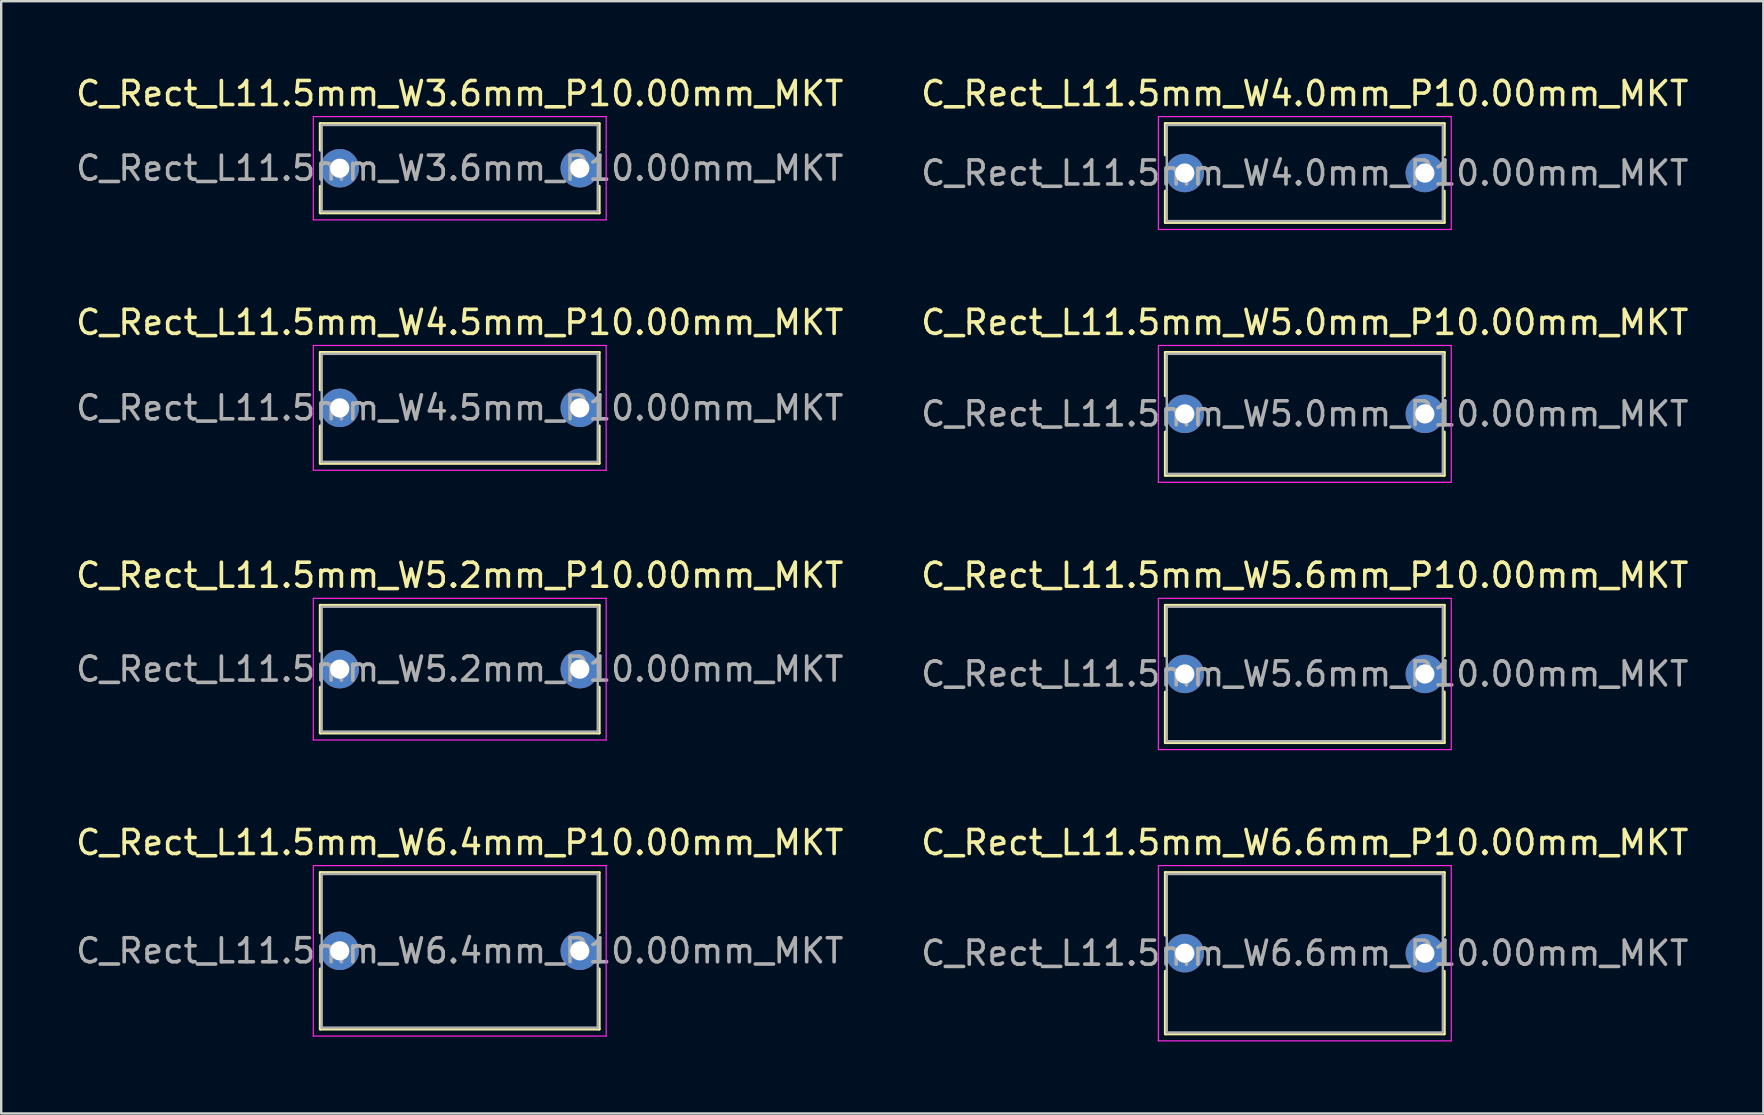
<source format=kicad_pcb>
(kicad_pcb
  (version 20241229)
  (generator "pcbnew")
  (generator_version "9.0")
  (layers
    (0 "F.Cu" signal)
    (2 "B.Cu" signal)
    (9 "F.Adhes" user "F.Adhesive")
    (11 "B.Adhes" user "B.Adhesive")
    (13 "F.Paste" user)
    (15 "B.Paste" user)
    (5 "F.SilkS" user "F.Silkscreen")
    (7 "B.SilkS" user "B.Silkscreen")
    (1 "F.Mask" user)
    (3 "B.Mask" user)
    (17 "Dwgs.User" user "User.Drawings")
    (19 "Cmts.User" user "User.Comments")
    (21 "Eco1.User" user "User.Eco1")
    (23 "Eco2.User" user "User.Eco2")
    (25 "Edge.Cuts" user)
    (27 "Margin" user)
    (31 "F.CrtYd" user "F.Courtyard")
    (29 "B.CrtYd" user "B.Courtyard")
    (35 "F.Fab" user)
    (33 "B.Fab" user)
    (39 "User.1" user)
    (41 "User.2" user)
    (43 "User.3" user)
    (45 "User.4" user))
  (footprint "C_Rect_L11.5mm_W6.4mm_P10.00mm_MKT"
    (layer "F.Cu")
    (at 11.101 36.558)
    (property "Reference" "C_Rect_L11.5mm_W6.4mm_P10.00mm_MKT" (at 5 -4.51 0) (layer "F.SilkS") (effects (font (size 1 1) (thickness 0.15))))
    (attr through_hole)
    (fp_line (start -0.81 -3.26) (end -0.81 -0.75) (stroke (width 0.12) (type solid)) (layer "F.SilkS"))
    (fp_line (start -0.81 -3.26) (end 10.81 -3.26) (stroke (width 0.12) (type solid)) (layer "F.SilkS"))
    (fp_line (start -0.81 0.75) (end -0.81 3.26) (stroke (width 0.12) (type solid)) (layer "F.SilkS"))
    (fp_line (start -0.81 3.26) (end 10.81 3.26) (stroke (width 0.12) (type solid)) (layer "F.SilkS"))
    (fp_line (start 10.81 -3.26) (end 10.81 -0.75) (stroke (width 0.12) (type solid)) (layer "F.SilkS"))
    (fp_line (start 10.81 0.75) (end 10.81 3.26) (stroke (width 0.12) (type solid)) (layer "F.SilkS"))
    (fp_line (start -1.1 -3.55) (end -1.1 3.55) (stroke (width 0.05) (type solid)) (layer "F.CrtYd"))
    (fp_line (start -1.1 3.55) (end 11.1 3.55) (stroke (width 0.05) (type solid)) (layer "F.CrtYd"))
    (fp_line (start 11.1 -3.55) (end -1.1 -3.55) (stroke (width 0.05) (type solid)) (layer "F.CrtYd"))
    (fp_line (start 11.1 3.55) (end 11.1 -3.55) (stroke (width 0.05) (type solid)) (layer "F.CrtYd"))
    (fp_line (start -0.75 -3.2) (end -0.75 3.2) (stroke (width 0.1) (type solid)) (layer "F.Fab"))
    (fp_line (start -0.75 3.2) (end 10.75 3.2) (stroke (width 0.1) (type solid)) (layer "F.Fab"))
    (fp_line (start 10.75 -3.2) (end -0.75 -3.2) (stroke (width 0.1) (type solid)) (layer "F.Fab"))
    (fp_line (start 10.75 3.2) (end 10.75 -3.2) (stroke (width 0.1) (type solid)) (layer "F.Fab"))
    (fp_text user "${REFERENCE}" (at 5 0 0) (layer "F.Fab") (effects (font (size 1 1) (thickness 0.15))))
    (pad "1" thru_hole circle (at 0 0) (size 1.6 1.6) (drill 0.8) (layers "*.Cu" "*.Mask"))
    (pad "2" thru_hole circle (at 10 0) (size 1.6 1.6) (drill 0.8) (layers "*.Cu" "*.Mask")))
  (footprint "C_Rect_L11.5mm_W4.0mm_P10.00mm_MKT"
    (layer "F.Cu")
    (at 46.304 4.158)
    (property "Reference" "C_Rect_L11.5mm_W4.0mm_P10.00mm_MKT" (at 5 -3.31 0) (layer "F.SilkS") (effects (font (size 1 1) (thickness 0.15))))
    (attr through_hole)
    (fp_line (start -0.81 -2.06) (end -0.81 -0.75) (stroke (width 0.12) (type solid)) (layer "F.SilkS"))
    (fp_line (start -0.81 -2.06) (end 10.81 -2.06) (stroke (width 0.12) (type solid)) (layer "F.SilkS"))
    (fp_line (start -0.81 0.75) (end -0.81 2.06) (stroke (width 0.12) (type solid)) (layer "F.SilkS"))
    (fp_line (start -0.81 2.06) (end 10.81 2.06) (stroke (width 0.12) (type solid)) (layer "F.SilkS"))
    (fp_line (start 10.81 -2.06) (end 10.81 -0.75) (stroke (width 0.12) (type solid)) (layer "F.SilkS"))
    (fp_line (start 10.81 0.75) (end 10.81 2.06) (stroke (width 0.12) (type solid)) (layer "F.SilkS"))
    (fp_line (start -1.1 -2.35) (end -1.1 2.35) (stroke (width 0.05) (type solid)) (layer "F.CrtYd"))
    (fp_line (start -1.1 2.35) (end 11.1 2.35) (stroke (width 0.05) (type solid)) (layer "F.CrtYd"))
    (fp_line (start 11.1 -2.35) (end -1.1 -2.35) (stroke (width 0.05) (type solid)) (layer "F.CrtYd"))
    (fp_line (start 11.1 2.35) (end 11.1 -2.35) (stroke (width 0.05) (type solid)) (layer "F.CrtYd"))
    (fp_line (start -0.75 -2) (end -0.75 2) (stroke (width 0.1) (type solid)) (layer "F.Fab"))
    (fp_line (start -0.75 2) (end 10.75 2) (stroke (width 0.1) (type solid)) (layer "F.Fab"))
    (fp_line (start 10.75 -2) (end -0.75 -2) (stroke (width 0.1) (type solid)) (layer "F.Fab"))
    (fp_line (start 10.75 2) (end 10.75 -2) (stroke (width 0.1) (type solid)) (layer "F.Fab"))
    (fp_text user "${REFERENCE}" (at 5 0 0) (layer "F.Fab") (effects (font (size 1 1) (thickness 0.15))))
    (pad "1" thru_hole circle (at 0 0) (size 1.6 1.6) (drill 0.8) (layers "*.Cu" "*.Mask"))
    (pad "2" thru_hole circle (at 10 0) (size 1.6 1.6) (drill 0.8) (layers "*.Cu" "*.Mask")))
  (footprint "C_Rect_L11.5mm_W6.6mm_P10.00mm_MKT"
    (layer "F.Cu")
    (at 46.304 36.658)
    (property "Reference" "C_Rect_L11.5mm_W6.6mm_P10.00mm_MKT" (at 5 -4.61 0) (layer "F.SilkS") (effects (font (size 1 1) (thickness 0.15))))
    (attr through_hole)
    (fp_line (start -0.81 -3.36) (end -0.81 -0.75) (stroke (width 0.12) (type solid)) (layer "F.SilkS"))
    (fp_line (start -0.81 -3.36) (end 10.81 -3.36) (stroke (width 0.12) (type solid)) (layer "F.SilkS"))
    (fp_line (start -0.81 0.75) (end -0.81 3.36) (stroke (width 0.12) (type solid)) (layer "F.SilkS"))
    (fp_line (start -0.81 3.36) (end 10.81 3.36) (stroke (width 0.12) (type solid)) (layer "F.SilkS"))
    (fp_line (start 10.81 -3.36) (end 10.81 -0.75) (stroke (width 0.12) (type solid)) (layer "F.SilkS"))
    (fp_line (start 10.81 0.75) (end 10.81 3.36) (stroke (width 0.12) (type solid)) (layer "F.SilkS"))
    (fp_line (start -1.1 -3.65) (end -1.1 3.65) (stroke (width 0.05) (type solid)) (layer "F.CrtYd"))
    (fp_line (start -1.1 3.65) (end 11.1 3.65) (stroke (width 0.05) (type solid)) (layer "F.CrtYd"))
    (fp_line (start 11.1 -3.65) (end -1.1 -3.65) (stroke (width 0.05) (type solid)) (layer "F.CrtYd"))
    (fp_line (start 11.1 3.65) (end 11.1 -3.65) (stroke (width 0.05) (type solid)) (layer "F.CrtYd"))
    (fp_line (start -0.75 -3.3) (end -0.75 3.3) (stroke (width 0.1) (type solid)) (layer "F.Fab"))
    (fp_line (start -0.75 3.3) (end 10.75 3.3) (stroke (width 0.1) (type solid)) (layer "F.Fab"))
    (fp_line (start 10.75 -3.3) (end -0.75 -3.3) (stroke (width 0.1) (type solid)) (layer "F.Fab"))
    (fp_line (start 10.75 3.3) (end 10.75 -3.3) (stroke (width 0.1) (type solid)) (layer "F.Fab"))
    (fp_text user "${REFERENCE}" (at 5 0 0) (layer "F.Fab") (effects (font (size 1 1) (thickness 0.15))))
    (pad "1" thru_hole circle (at 0 0) (size 1.6 1.6) (drill 0.8) (layers "*.Cu" "*.Mask"))
    (pad "2" thru_hole circle (at 10 0) (size 1.6 1.6) (drill 0.8) (layers "*.Cu" "*.Mask")))
  (footprint "C_Rect_L11.5mm_W5.2mm_P10.00mm_MKT"
    (layer "F.Cu")
    (at 11.101 24.825)
    (property "Reference" "C_Rect_L11.5mm_W5.2mm_P10.00mm_MKT" (at 5 -3.91 0) (layer "F.SilkS") (effects (font (size 1 1) (thickness 0.15))))
    (attr through_hole)
    (fp_line (start -0.81 -2.66) (end -0.81 -0.75) (stroke (width 0.12) (type solid)) (layer "F.SilkS"))
    (fp_line (start -0.81 -2.66) (end 10.81 -2.66) (stroke (width 0.12) (type solid)) (layer "F.SilkS"))
    (fp_line (start -0.81 0.75) (end -0.81 2.66) (stroke (width 0.12) (type solid)) (layer "F.SilkS"))
    (fp_line (start -0.81 2.66) (end 10.81 2.66) (stroke (width 0.12) (type solid)) (layer "F.SilkS"))
    (fp_line (start 10.81 -2.66) (end 10.81 -0.75) (stroke (width 0.12) (type solid)) (layer "F.SilkS"))
    (fp_line (start 10.81 0.75) (end 10.81 2.66) (stroke (width 0.12) (type solid)) (layer "F.SilkS"))
    (fp_line (start -1.1 -2.95) (end -1.1 2.95) (stroke (width 0.05) (type solid)) (layer "F.CrtYd"))
    (fp_line (start -1.1 2.95) (end 11.1 2.95) (stroke (width 0.05) (type solid)) (layer "F.CrtYd"))
    (fp_line (start 11.1 -2.95) (end -1.1 -2.95) (stroke (width 0.05) (type solid)) (layer "F.CrtYd"))
    (fp_line (start 11.1 2.95) (end 11.1 -2.95) (stroke (width 0.05) (type solid)) (layer "F.CrtYd"))
    (fp_line (start -0.75 -2.6) (end -0.75 2.6) (stroke (width 0.1) (type solid)) (layer "F.Fab"))
    (fp_line (start -0.75 2.6) (end 10.75 2.6) (stroke (width 0.1) (type solid)) (layer "F.Fab"))
    (fp_line (start 10.75 -2.6) (end -0.75 -2.6) (stroke (width 0.1) (type solid)) (layer "F.Fab"))
    (fp_line (start 10.75 2.6) (end 10.75 -2.6) (stroke (width 0.1) (type solid)) (layer "F.Fab"))
    (fp_text user "${REFERENCE}" (at 5 0 0) (layer "F.Fab") (effects (font (size 1 1) (thickness 0.15))))
    (pad "1" thru_hole circle (at 0 0) (size 1.6 1.6) (drill 0.8) (layers "*.Cu" "*.Mask"))
    (pad "2" thru_hole circle (at 10 0) (size 1.6 1.6) (drill 0.8) (layers "*.Cu" "*.Mask")))
  (footprint "C_Rect_L11.5mm_W5.0mm_P10.00mm_MKT"
    (layer "F.Cu")
    (at 46.304 14.191)
    (property "Reference" "C_Rect_L11.5mm_W5.0mm_P10.00mm_MKT" (at 5 -3.81 0) (layer "F.SilkS") (effects (font (size 1 1) (thickness 0.15))))
    (attr through_hole)
    (fp_line (start -0.81 -2.56) (end -0.81 -0.75) (stroke (width 0.12) (type solid)) (layer "F.SilkS"))
    (fp_line (start -0.81 -2.56) (end 10.81 -2.56) (stroke (width 0.12) (type solid)) (layer "F.SilkS"))
    (fp_line (start -0.81 0.75) (end -0.81 2.56) (stroke (width 0.12) (type solid)) (layer "F.SilkS"))
    (fp_line (start -0.81 2.56) (end 10.81 2.56) (stroke (width 0.12) (type solid)) (layer "F.SilkS"))
    (fp_line (start 10.81 -2.56) (end 10.81 -0.75) (stroke (width 0.12) (type solid)) (layer "F.SilkS"))
    (fp_line (start 10.81 0.75) (end 10.81 2.56) (stroke (width 0.12) (type solid)) (layer "F.SilkS"))
    (fp_line (start -1.1 -2.85) (end -1.1 2.85) (stroke (width 0.05) (type solid)) (layer "F.CrtYd"))
    (fp_line (start -1.1 2.85) (end 11.1 2.85) (stroke (width 0.05) (type solid)) (layer "F.CrtYd"))
    (fp_line (start 11.1 -2.85) (end -1.1 -2.85) (stroke (width 0.05) (type solid)) (layer "F.CrtYd"))
    (fp_line (start 11.1 2.85) (end 11.1 -2.85) (stroke (width 0.05) (type solid)) (layer "F.CrtYd"))
    (fp_line (start -0.75 -2.5) (end -0.75 2.5) (stroke (width 0.1) (type solid)) (layer "F.Fab"))
    (fp_line (start -0.75 2.5) (end 10.75 2.5) (stroke (width 0.1) (type solid)) (layer "F.Fab"))
    (fp_line (start 10.75 -2.5) (end -0.75 -2.5) (stroke (width 0.1) (type solid)) (layer "F.Fab"))
    (fp_line (start 10.75 2.5) (end 10.75 -2.5) (stroke (width 0.1) (type solid)) (layer "F.Fab"))
    (fp_text user "${REFERENCE}" (at 5 0 0) (layer "F.Fab") (effects (font (size 1 1) (thickness 0.15))))
    (pad "1" thru_hole circle (at 0 0) (size 1.6 1.6) (drill 0.8) (layers "*.Cu" "*.Mask"))
    (pad "2" thru_hole circle (at 10 0) (size 1.6 1.6) (drill 0.8) (layers "*.Cu" "*.Mask")))
  (footprint "C_Rect_L11.5mm_W4.5mm_P10.00mm_MKT"
    (layer "F.Cu")
    (at 11.101 13.941)
    (property "Reference" "C_Rect_L11.5mm_W4.5mm_P10.00mm_MKT" (at 5 -3.56 0) (layer "F.SilkS") (effects (font (size 1 1) (thickness 0.15))))
    (attr through_hole)
    (fp_line (start -0.81 -2.31) (end -0.81 -0.75) (stroke (width 0.12) (type solid)) (layer "F.SilkS"))
    (fp_line (start -0.81 -2.31) (end 10.81 -2.31) (stroke (width 0.12) (type solid)) (layer "F.SilkS"))
    (fp_line (start -0.81 0.75) (end -0.81 2.31) (stroke (width 0.12) (type solid)) (layer "F.SilkS"))
    (fp_line (start -0.81 2.31) (end 10.81 2.31) (stroke (width 0.12) (type solid)) (layer "F.SilkS"))
    (fp_line (start 10.81 -2.31) (end 10.81 -0.75) (stroke (width 0.12) (type solid)) (layer "F.SilkS"))
    (fp_line (start 10.81 0.75) (end 10.81 2.31) (stroke (width 0.12) (type solid)) (layer "F.SilkS"))
    (fp_line (start -1.1 -2.6) (end -1.1 2.6) (stroke (width 0.05) (type solid)) (layer "F.CrtYd"))
    (fp_line (start -1.1 2.6) (end 11.1 2.6) (stroke (width 0.05) (type solid)) (layer "F.CrtYd"))
    (fp_line (start 11.1 -2.6) (end -1.1 -2.6) (stroke (width 0.05) (type solid)) (layer "F.CrtYd"))
    (fp_line (start 11.1 2.6) (end 11.1 -2.6) (stroke (width 0.05) (type solid)) (layer "F.CrtYd"))
    (fp_line (start -0.75 -2.25) (end -0.75 2.25) (stroke (width 0.1) (type solid)) (layer "F.Fab"))
    (fp_line (start -0.75 2.25) (end 10.75 2.25) (stroke (width 0.1) (type solid)) (layer "F.Fab"))
    (fp_line (start 10.75 -2.25) (end -0.75 -2.25) (stroke (width 0.1) (type solid)) (layer "F.Fab"))
    (fp_line (start 10.75 2.25) (end 10.75 -2.25) (stroke (width 0.1) (type solid)) (layer "F.Fab"))
    (fp_text user "${REFERENCE}" (at 5 0 0) (layer "F.Fab") (effects (font (size 1 1) (thickness 0.15))))
    (pad "1" thru_hole circle (at 0 0) (size 1.6 1.6) (drill 0.8) (layers "*.Cu" "*.Mask"))
    (pad "2" thru_hole circle (at 10 0) (size 1.6 1.6) (drill 0.8) (layers "*.Cu" "*.Mask")))
  (footprint "C_Rect_L11.5mm_W3.6mm_P10.00mm_MKT"
    (layer "F.Cu")
    (at 11.101 3.958)
    (property "Reference" "C_Rect_L11.5mm_W3.6mm_P10.00mm_MKT" (at 5 -3.11 0) (layer "F.SilkS") (effects (font (size 1 1) (thickness 0.15))))
    (attr through_hole)
    (fp_line (start -0.81 -1.86) (end -0.81 -0.75) (stroke (width 0.12) (type solid)) (layer "F.SilkS"))
    (fp_line (start -0.81 -1.86) (end 10.81 -1.86) (stroke (width 0.12) (type solid)) (layer "F.SilkS"))
    (fp_line (start -0.81 0.75) (end -0.81 1.86) (stroke (width 0.12) (type solid)) (layer "F.SilkS"))
    (fp_line (start -0.81 1.86) (end 10.81 1.86) (stroke (width 0.12) (type solid)) (layer "F.SilkS"))
    (fp_line (start 10.81 -1.86) (end 10.81 -0.75) (stroke (width 0.12) (type solid)) (layer "F.SilkS"))
    (fp_line (start 10.81 0.75) (end 10.81 1.86) (stroke (width 0.12) (type solid)) (layer "F.SilkS"))
    (fp_line (start -1.1 -2.15) (end -1.1 2.15) (stroke (width 0.05) (type solid)) (layer "F.CrtYd"))
    (fp_line (start -1.1 2.15) (end 11.1 2.15) (stroke (width 0.05) (type solid)) (layer "F.CrtYd"))
    (fp_line (start 11.1 -2.15) (end -1.1 -2.15) (stroke (width 0.05) (type solid)) (layer "F.CrtYd"))
    (fp_line (start 11.1 2.15) (end 11.1 -2.15) (stroke (width 0.05) (type solid)) (layer "F.CrtYd"))
    (fp_line (start -0.75 -1.8) (end -0.75 1.8) (stroke (width 0.1) (type solid)) (layer "F.Fab"))
    (fp_line (start -0.75 1.8) (end 10.75 1.8) (stroke (width 0.1) (type solid)) (layer "F.Fab"))
    (fp_line (start 10.75 -1.8) (end -0.75 -1.8) (stroke (width 0.1) (type solid)) (layer "F.Fab"))
    (fp_line (start 10.75 1.8) (end 10.75 -1.8) (stroke (width 0.1) (type solid)) (layer "F.Fab"))
    (fp_text user "${REFERENCE}" (at 5 0 0) (layer "F.Fab") (effects (font (size 1 1) (thickness 0.15))))
    (pad "1" thru_hole circle (at 0 0) (size 1.6 1.6) (drill 0.8) (layers "*.Cu" "*.Mask"))
    (pad "2" thru_hole circle (at 10 0) (size 1.6 1.6) (drill 0.8) (layers "*.Cu" "*.Mask")))
  (footprint "C_Rect_L11.5mm_W5.6mm_P10.00mm_MKT"
    (layer "F.Cu")
    (at 46.304 25.025)
    (property "Reference" "C_Rect_L11.5mm_W5.6mm_P10.00mm_MKT" (at 5 -4.11 0) (layer "F.SilkS") (effects (font (size 1 1) (thickness 0.15))))
    (attr through_hole)
    (fp_line (start -0.81 -2.86) (end -0.81 -0.75) (stroke (width 0.12) (type solid)) (layer "F.SilkS"))
    (fp_line (start -0.81 -2.86) (end 10.81 -2.86) (stroke (width 0.12) (type solid)) (layer "F.SilkS"))
    (fp_line (start -0.81 0.75) (end -0.81 2.86) (stroke (width 0.12) (type solid)) (layer "F.SilkS"))
    (fp_line (start -0.81 2.86) (end 10.81 2.86) (stroke (width 0.12) (type solid)) (layer "F.SilkS"))
    (fp_line (start 10.81 -2.86) (end 10.81 -0.75) (stroke (width 0.12) (type solid)) (layer "F.SilkS"))
    (fp_line (start 10.81 0.75) (end 10.81 2.86) (stroke (width 0.12) (type solid)) (layer "F.SilkS"))
    (fp_line (start -1.1 -3.15) (end -1.1 3.15) (stroke (width 0.05) (type solid)) (layer "F.CrtYd"))
    (fp_line (start -1.1 3.15) (end 11.1 3.15) (stroke (width 0.05) (type solid)) (layer "F.CrtYd"))
    (fp_line (start 11.1 -3.15) (end -1.1 -3.15) (stroke (width 0.05) (type solid)) (layer "F.CrtYd"))
    (fp_line (start 11.1 3.15) (end 11.1 -3.15) (stroke (width 0.05) (type solid)) (layer "F.CrtYd"))
    (fp_line (start -0.75 -2.8) (end -0.75 2.8) (stroke (width 0.1) (type solid)) (layer "F.Fab"))
    (fp_line (start -0.75 2.8) (end 10.75 2.8) (stroke (width 0.1) (type solid)) (layer "F.Fab"))
    (fp_line (start 10.75 -2.8) (end -0.75 -2.8) (stroke (width 0.1) (type solid)) (layer "F.Fab"))
    (fp_line (start 10.75 2.8) (end 10.75 -2.8) (stroke (width 0.1) (type solid)) (layer "F.Fab"))
    (fp_text user "${REFERENCE}" (at 5 0 0) (layer "F.Fab") (effects (font (size 1 1) (thickness 0.15))))
    (pad "1" thru_hole circle (at 0 0) (size 1.6 1.6) (drill 0.8) (layers "*.Cu" "*.Mask"))
    (pad "2" thru_hole circle (at 10 0) (size 1.6 1.6) (drill 0.8) (layers "*.Cu" "*.Mask")))
  (gr_rect
    (start -3 -3)
    (end 70.405 43.333)
    (stroke (width 0.1) (type default))
    (fill no)
    (layer "Edge.Cuts")))
</source>
